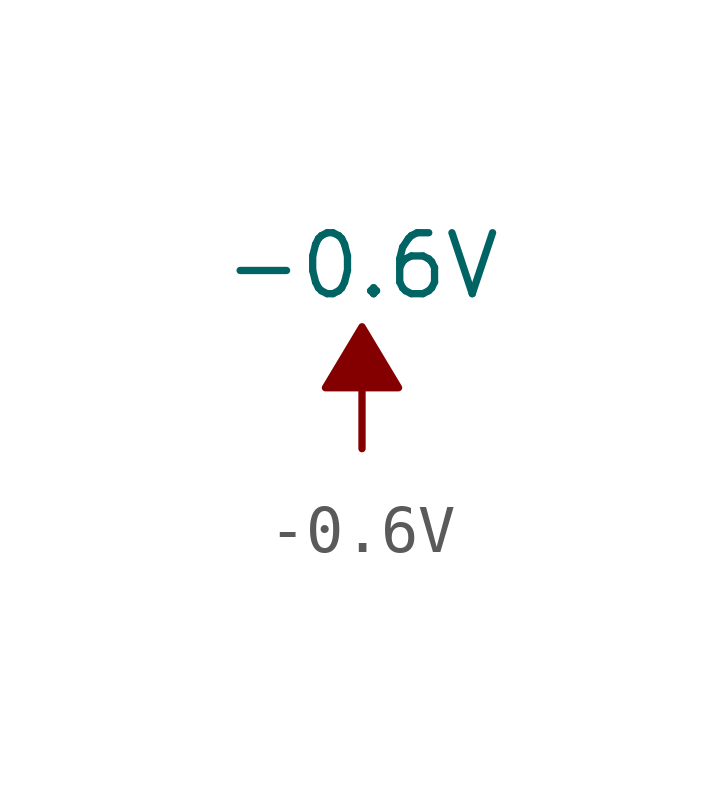
<source format=kicad_sym>
(kicad_symbol_lib
  (version 20201005)
  (generator kicad_symbol_editor)
  (symbol "unisolder:-0.6V"
    (power)
    (pin_names
      (offset 0))
    (property "Reference" "#PWR"
      (at 0 2.54 0)
      (effects (font (size 1.27 1.27)) hide))
    (property "Value" "-0.6V"
      (at 0 3.81 0)
      (effects (font (size 1.27 1.27))))
    (symbol "-0.6V_0_0"
      (pin power_in line (at 0 0 90) (length 0) hide (name "-5V" (effects (font (size 1.27 1.27)))) (number "1" (effects (font (size 1.27 1.27))))))
    (symbol "-0.6V_0_1"
      (polyline (pts (xy 0 0) (xy 0 1.27) (xy 0.762 1.27) (xy 0 2.54) (xy -0.762 1.27) (xy 0 1.27)) (stroke (width 0)) (fill (type outline))))))
</source>
